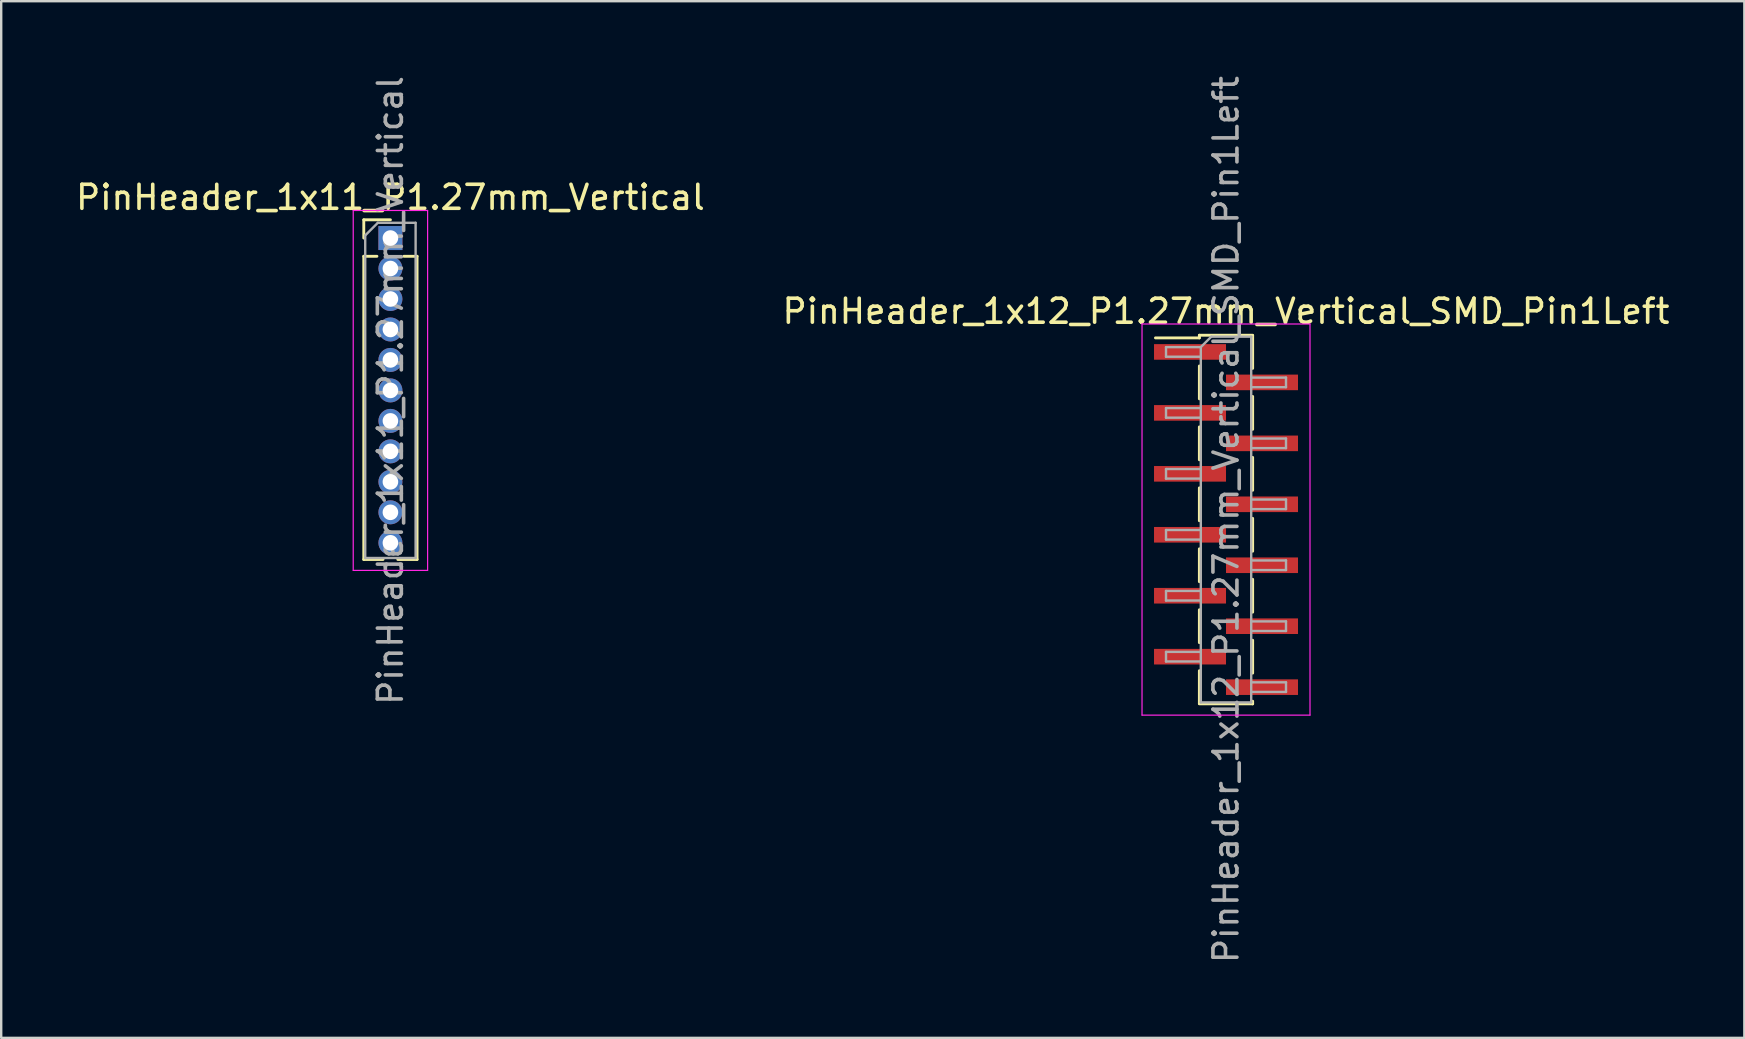
<source format=kicad_pcb>
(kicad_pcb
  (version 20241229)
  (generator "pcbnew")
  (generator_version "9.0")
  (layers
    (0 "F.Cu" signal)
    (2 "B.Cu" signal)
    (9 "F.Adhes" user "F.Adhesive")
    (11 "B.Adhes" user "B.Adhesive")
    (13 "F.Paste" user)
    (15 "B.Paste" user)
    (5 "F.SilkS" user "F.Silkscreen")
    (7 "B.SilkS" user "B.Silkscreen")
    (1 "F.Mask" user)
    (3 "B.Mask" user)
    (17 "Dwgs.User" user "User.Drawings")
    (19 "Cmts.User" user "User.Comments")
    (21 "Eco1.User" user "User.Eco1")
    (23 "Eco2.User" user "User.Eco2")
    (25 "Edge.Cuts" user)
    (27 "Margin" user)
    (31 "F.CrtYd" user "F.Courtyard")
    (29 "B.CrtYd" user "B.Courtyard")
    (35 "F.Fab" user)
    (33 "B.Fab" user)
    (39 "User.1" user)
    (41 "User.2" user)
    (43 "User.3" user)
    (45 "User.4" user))
  (footprint "PinHeader_1x11_P1.27mm_Vertical"
    (layer "F.Cu")
    (at 13.22 6.87)
    (property "Reference" "PinHeader_1x11_P1.27mm_Vertical" (at 0 -1.695 0) (layer "F.SilkS") (effects (font (size 1 1) (thickness 0.15))))
    (attr through_hole)
    (fp_line (start -1.11 -0.76) (end 0 -0.76) (stroke (width 0.12) (type solid)) (layer "F.SilkS"))
    (fp_line (start -1.11 0) (end -1.11 -0.76) (stroke (width 0.12) (type solid)) (layer "F.SilkS"))
    (fp_line (start -1.11 0.76) (end -1.11 13.395) (stroke (width 0.12) (type solid)) (layer "F.SilkS"))
    (fp_line (start -1.11 0.76) (end -0.563 0.76) (stroke (width 0.12) (type solid)) (layer "F.SilkS"))
    (fp_line (start -1.11 13.395) (end -0.308 13.395) (stroke (width 0.12) (type solid)) (layer "F.SilkS"))
    (fp_line (start 0.308 13.395) (end 1.11 13.395) (stroke (width 0.12) (type solid)) (layer "F.SilkS"))
    (fp_line (start 0.563 0.76) (end 1.11 0.76) (stroke (width 0.12) (type solid)) (layer "F.SilkS"))
    (fp_line (start 1.11 0.76) (end 1.11 13.395) (stroke (width 0.12) (type solid)) (layer "F.SilkS"))
    (fp_line (start -1.55 -1.15) (end -1.55 13.85) (stroke (width 0.05) (type solid)) (layer "F.CrtYd"))
    (fp_line (start -1.55 13.85) (end 1.55 13.85) (stroke (width 0.05) (type solid)) (layer "F.CrtYd"))
    (fp_line (start 1.55 -1.15) (end -1.55 -1.15) (stroke (width 0.05) (type solid)) (layer "F.CrtYd"))
    (fp_line (start 1.55 13.85) (end 1.55 -1.15) (stroke (width 0.05) (type solid)) (layer "F.CrtYd"))
    (fp_line (start -1.05 -0.11) (end -0.525 -0.635) (stroke (width 0.1) (type solid)) (layer "F.Fab"))
    (fp_line (start -1.05 13.335) (end -1.05 -0.11) (stroke (width 0.1) (type solid)) (layer "F.Fab"))
    (fp_line (start -0.525 -0.635) (end 1.05 -0.635) (stroke (width 0.1) (type solid)) (layer "F.Fab"))
    (fp_line (start 1.05 -0.635) (end 1.05 13.335) (stroke (width 0.1) (type solid)) (layer "F.Fab"))
    (fp_line (start 1.05 13.335) (end -1.05 13.335) (stroke (width 0.1) (type solid)) (layer "F.Fab"))
    (fp_text user "${REFERENCE}" (at 0 6.35 90) (layer "F.Fab") (effects (font (size 1 1) (thickness 0.15))))
    (pad "1" thru_hole rect (at 0 0) (size 1 1) (drill 0.65) (layers "*.Cu" "*.Mask"))
    (pad "2" thru_hole oval (at 0 1.27) (size 1 1) (drill 0.65) (layers "*.Cu" "*.Mask"))
    (pad "3" thru_hole oval (at 0 2.54) (size 1 1) (drill 0.65) (layers "*.Cu" "*.Mask"))
    (pad "4" thru_hole oval (at 0 3.81) (size 1 1) (drill 0.65) (layers "*.Cu" "*.Mask"))
    (pad "5" thru_hole oval (at 0 5.08) (size 1 1) (drill 0.65) (layers "*.Cu" "*.Mask"))
    (pad "6" thru_hole oval (at 0 6.35) (size 1 1) (drill 0.65) (layers "*.Cu" "*.Mask"))
    (pad "7" thru_hole oval (at 0 7.62) (size 1 1) (drill 0.65) (layers "*.Cu" "*.Mask"))
    (pad "8" thru_hole oval (at 0 8.89) (size 1 1) (drill 0.65) (layers "*.Cu" "*.Mask"))
    (pad "9" thru_hole oval (at 0 10.16) (size 1 1) (drill 0.65) (layers "*.Cu" "*.Mask"))
    (pad "10" thru_hole oval (at 0 11.43) (size 1 1) (drill 0.65) (layers "*.Cu" "*.Mask"))
    (pad "11" thru_hole oval (at 0 12.7) (size 1 1) (drill 0.65) (layers "*.Cu" "*.Mask")))
  (footprint "PinHeader_1x12_P1.27mm_Vertical_SMD_Pin1Left"
    (layer "F.Cu")
    (at 48.042 18.601)
    (property "Reference" "PinHeader_1x12_P1.27mm_Vertical_SMD_Pin1Left" (at 0 -8.68 0) (layer "F.SilkS") (effects (font (size 1 1) (thickness 0.15))))
    (attr smd)
    (fp_line (start -1.11 -7.68) (end -1.11 -7.57) (stroke (width 0.12) (type solid)) (layer "F.SilkS"))
    (fp_line (start -1.11 -7.68) (end 1.11 -7.68) (stroke (width 0.12) (type solid)) (layer "F.SilkS"))
    (fp_line (start -1.11 -7.57) (end -2.94 -7.57) (stroke (width 0.12) (type solid)) (layer "F.SilkS"))
    (fp_line (start -1.11 -6.4) (end -1.11 -5.03) (stroke (width 0.12) (type solid)) (layer "F.SilkS"))
    (fp_line (start -1.11 -3.86) (end -1.11 -2.49) (stroke (width 0.12) (type solid)) (layer "F.SilkS"))
    (fp_line (start -1.11 -1.32) (end -1.11 0.05) (stroke (width 0.12) (type solid)) (layer "F.SilkS"))
    (fp_line (start -1.11 1.22) (end -1.11 2.59) (stroke (width 0.12) (type solid)) (layer "F.SilkS"))
    (fp_line (start -1.11 3.76) (end -1.11 5.13) (stroke (width 0.12) (type solid)) (layer "F.SilkS"))
    (fp_line (start -1.11 6.3) (end -1.11 7.67) (stroke (width 0.12) (type solid)) (layer "F.SilkS"))
    (fp_line (start -1.11 7.68) (end 1.11 7.68) (stroke (width 0.12) (type solid)) (layer "F.SilkS"))
    (fp_line (start 1.11 -7.67) (end 1.11 -6.3) (stroke (width 0.12) (type solid)) (layer "F.SilkS"))
    (fp_line (start 1.11 -5.13) (end 1.11 -3.76) (stroke (width 0.12) (type solid)) (layer "F.SilkS"))
    (fp_line (start 1.11 -2.59) (end 1.11 -1.22) (stroke (width 0.12) (type solid)) (layer "F.SilkS"))
    (fp_line (start 1.11 -0.05) (end 1.11 1.32) (stroke (width 0.12) (type solid)) (layer "F.SilkS"))
    (fp_line (start 1.11 2.49) (end 1.11 3.86) (stroke (width 0.12) (type solid)) (layer "F.SilkS"))
    (fp_line (start 1.11 5.03) (end 1.11 6.4) (stroke (width 0.12) (type solid)) (layer "F.SilkS"))
    (fp_line (start 1.11 7.57) (end 1.11 7.68) (stroke (width 0.12) (type solid)) (layer "F.SilkS"))
    (fp_line (start -3.5 -8.15) (end -3.5 8.15) (stroke (width 0.05) (type solid)) (layer "F.CrtYd"))
    (fp_line (start -3.5 8.15) (end 3.5 8.15) (stroke (width 0.05) (type solid)) (layer "F.CrtYd"))
    (fp_line (start 3.5 -8.15) (end -3.5 -8.15) (stroke (width 0.05) (type solid)) (layer "F.CrtYd"))
    (fp_line (start 3.5 8.15) (end 3.5 -8.15) (stroke (width 0.05) (type solid)) (layer "F.CrtYd"))
    (fp_line (start -2.5 -7.185) (end -2.5 -6.785) (stroke (width 0.1) (type solid)) (layer "F.Fab"))
    (fp_line (start -2.5 -6.785) (end -1.05 -6.785) (stroke (width 0.1) (type solid)) (layer "F.Fab"))
    (fp_line (start -2.5 -4.645) (end -2.5 -4.245) (stroke (width 0.1) (type solid)) (layer "F.Fab"))
    (fp_line (start -2.5 -4.245) (end -1.05 -4.245) (stroke (width 0.1) (type solid)) (layer "F.Fab"))
    (fp_line (start -2.5 -2.105) (end -2.5 -1.705) (stroke (width 0.1) (type solid)) (layer "F.Fab"))
    (fp_line (start -2.5 -1.705) (end -1.05 -1.705) (stroke (width 0.1) (type solid)) (layer "F.Fab"))
    (fp_line (start -2.5 0.435) (end -2.5 0.835) (stroke (width 0.1) (type solid)) (layer "F.Fab"))
    (fp_line (start -2.5 0.835) (end -1.05 0.835) (stroke (width 0.1) (type solid)) (layer "F.Fab"))
    (fp_line (start -2.5 2.975) (end -2.5 3.375) (stroke (width 0.1) (type solid)) (layer "F.Fab"))
    (fp_line (start -2.5 3.375) (end -1.05 3.375) (stroke (width 0.1) (type solid)) (layer "F.Fab"))
    (fp_line (start -2.5 5.515) (end -2.5 5.915) (stroke (width 0.1) (type solid)) (layer "F.Fab"))
    (fp_line (start -2.5 5.915) (end -1.05 5.915) (stroke (width 0.1) (type solid)) (layer "F.Fab"))
    (fp_line (start -1.05 -7.185) (end -2.5 -7.185) (stroke (width 0.1) (type solid)) (layer "F.Fab"))
    (fp_line (start -1.05 -7.185) (end -0.615 -7.62) (stroke (width 0.1) (type solid)) (layer "F.Fab"))
    (fp_line (start -1.05 -4.645) (end -2.5 -4.645) (stroke (width 0.1) (type solid)) (layer "F.Fab"))
    (fp_line (start -1.05 -2.105) (end -2.5 -2.105) (stroke (width 0.1) (type solid)) (layer "F.Fab"))
    (fp_line (start -1.05 0.435) (end -2.5 0.435) (stroke (width 0.1) (type solid)) (layer "F.Fab"))
    (fp_line (start -1.05 2.975) (end -2.5 2.975) (stroke (width 0.1) (type solid)) (layer "F.Fab"))
    (fp_line (start -1.05 5.515) (end -2.5 5.515) (stroke (width 0.1) (type solid)) (layer "F.Fab"))
    (fp_line (start -1.05 7.62) (end -1.05 -7.185) (stroke (width 0.1) (type solid)) (layer "F.Fab"))
    (fp_line (start -0.615 -7.62) (end 1.05 -7.62) (stroke (width 0.1) (type solid)) (layer "F.Fab"))
    (fp_line (start 1.05 -7.62) (end 1.05 7.62) (stroke (width 0.1) (type solid)) (layer "F.Fab"))
    (fp_line (start 1.05 -5.915) (end 2.5 -5.915) (stroke (width 0.1) (type solid)) (layer "F.Fab"))
    (fp_line (start 1.05 -3.375) (end 2.5 -3.375) (stroke (width 0.1) (type solid)) (layer "F.Fab"))
    (fp_line (start 1.05 -0.835) (end 2.5 -0.835) (stroke (width 0.1) (type solid)) (layer "F.Fab"))
    (fp_line (start 1.05 1.705) (end 2.5 1.705) (stroke (width 0.1) (type solid)) (layer "F.Fab"))
    (fp_line (start 1.05 4.245) (end 2.5 4.245) (stroke (width 0.1) (type solid)) (layer "F.Fab"))
    (fp_line (start 1.05 6.785) (end 2.5 6.785) (stroke (width 0.1) (type solid)) (layer "F.Fab"))
    (fp_line (start 1.05 7.62) (end -1.05 7.62) (stroke (width 0.1) (type solid)) (layer "F.Fab"))
    (fp_line (start 2.5 -5.915) (end 2.5 -5.515) (stroke (width 0.1) (type solid)) (layer "F.Fab"))
    (fp_line (start 2.5 -5.515) (end 1.05 -5.515) (stroke (width 0.1) (type solid)) (layer "F.Fab"))
    (fp_line (start 2.5 -3.375) (end 2.5 -2.975) (stroke (width 0.1) (type solid)) (layer "F.Fab"))
    (fp_line (start 2.5 -2.975) (end 1.05 -2.975) (stroke (width 0.1) (type solid)) (layer "F.Fab"))
    (fp_line (start 2.5 -0.835) (end 2.5 -0.435) (stroke (width 0.1) (type solid)) (layer "F.Fab"))
    (fp_line (start 2.5 -0.435) (end 1.05 -0.435) (stroke (width 0.1) (type solid)) (layer "F.Fab"))
    (fp_line (start 2.5 1.705) (end 2.5 2.105) (stroke (width 0.1) (type solid)) (layer "F.Fab"))
    (fp_line (start 2.5 2.105) (end 1.05 2.105) (stroke (width 0.1) (type solid)) (layer "F.Fab"))
    (fp_line (start 2.5 4.245) (end 2.5 4.645) (stroke (width 0.1) (type solid)) (layer "F.Fab"))
    (fp_line (start 2.5 4.645) (end 1.05 4.645) (stroke (width 0.1) (type solid)) (layer "F.Fab"))
    (fp_line (start 2.5 6.785) (end 2.5 7.185) (stroke (width 0.1) (type solid)) (layer "F.Fab"))
    (fp_line (start 2.5 7.185) (end 1.05 7.185) (stroke (width 0.1) (type solid)) (layer "F.Fab"))
    (fp_text user "${REFERENCE}" (at 0 0 90) (layer "F.Fab") (effects (font (size 1 1) (thickness 0.15))))
    (pad "1" smd rect (at -1.5 -6.985) (size 3 0.65) (layers "F.Cu" "F.Mask" "F.Paste"))
    (pad "2" smd rect (at 1.5 -5.715) (size 3 0.65) (layers "F.Cu" "F.Mask" "F.Paste"))
    (pad "3" smd rect (at -1.5 -4.445) (size 3 0.65) (layers "F.Cu" "F.Mask" "F.Paste"))
    (pad "4" smd rect (at 1.5 -3.175) (size 3 0.65) (layers "F.Cu" "F.Mask" "F.Paste"))
    (pad "5" smd rect (at -1.5 -1.905) (size 3 0.65) (layers "F.Cu" "F.Mask" "F.Paste"))
    (pad "6" smd rect (at 1.5 -0.635) (size 3 0.65) (layers "F.Cu" "F.Mask" "F.Paste"))
    (pad "7" smd rect (at -1.5 0.635) (size 3 0.65) (layers "F.Cu" "F.Mask" "F.Paste"))
    (pad "8" smd rect (at 1.5 1.905) (size 3 0.65) (layers "F.Cu" "F.Mask" "F.Paste"))
    (pad "9" smd rect (at -1.5 3.175) (size 3 0.65) (layers "F.Cu" "F.Mask" "F.Paste"))
    (pad "10" smd rect (at 1.5 4.445) (size 3 0.65) (layers "F.Cu" "F.Mask" "F.Paste"))
    (pad "11" smd rect (at -1.5 5.715) (size 3 0.65) (layers "F.Cu" "F.Mask" "F.Paste"))
    (pad "12" smd rect (at 1.5 6.985) (size 3 0.65) (layers "F.Cu" "F.Mask" "F.Paste")))
  (gr_rect
    (start -3 -3)
    (end 69.643 40.202)
    (stroke (width 0.1) (type default))
    (fill no)
    (layer "Edge.Cuts")))
</source>
